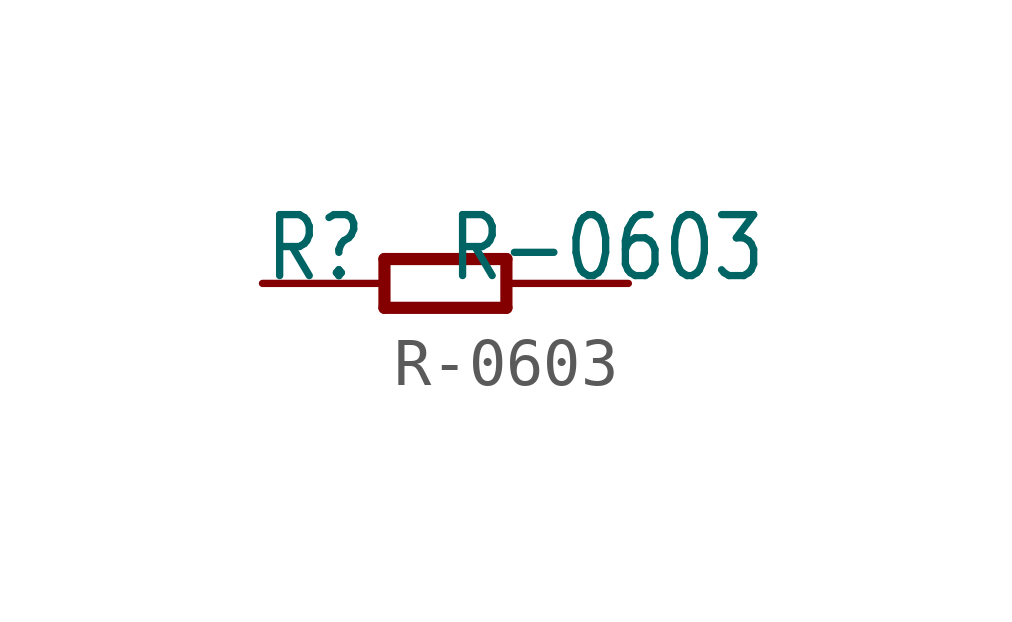
<source format=kicad_sym>
(kicad_symbol_lib
  (version 20211014)
  (generator kicad_symbol_editor)
  (symbol "R-0603"
    (property "Reference" "R"
      (at -3.81 0 0)
      (effects (font (size 1.27 1.079)) (justify left bottom)))
    (property "Value" "R-0603"
      (at 0 0 0)
      (effects (font (size 1.27 1.079)) (justify left bottom)))
    (property "ki_locked" ""
      (at 0 0 0)
      (effects (font (size 1.27 1.27))))
    (symbol "R-0603_1_0"
      (polyline (pts (xy -1.27 -0.508) (xy -1.27 0.508)) (stroke (width 0.254) (type default) (color 0 0 0 0)) (fill (type none)))
      (polyline (pts (xy -1.27 0.508) (xy 1.27 0.508)) (stroke (width 0.254) (type default) (color 0 0 0 0)) (fill (type none)))
      (polyline (pts (xy 1.27 -0.508) (xy -1.27 -0.508)) (stroke (width 0.254) (type default) (color 0 0 0 0)) (fill (type none)))
      (polyline (pts (xy 1.27 0.508) (xy 1.27 -0.508)) (stroke (width 0.254) (type default) (color 0 0 0 0)) (fill (type none)))
      (pin passive line (at -3.81 0 0) (length 2.54) (name "1" (effects (font (size 0 0)))) (number "1" (effects (font (size 0 0)))))
      (pin passive line (at 3.81 0 180) (length 2.54) (name "2" (effects (font (size 0 0)))) (number "2" (effects (font (size 0 0))))))))
</source>
